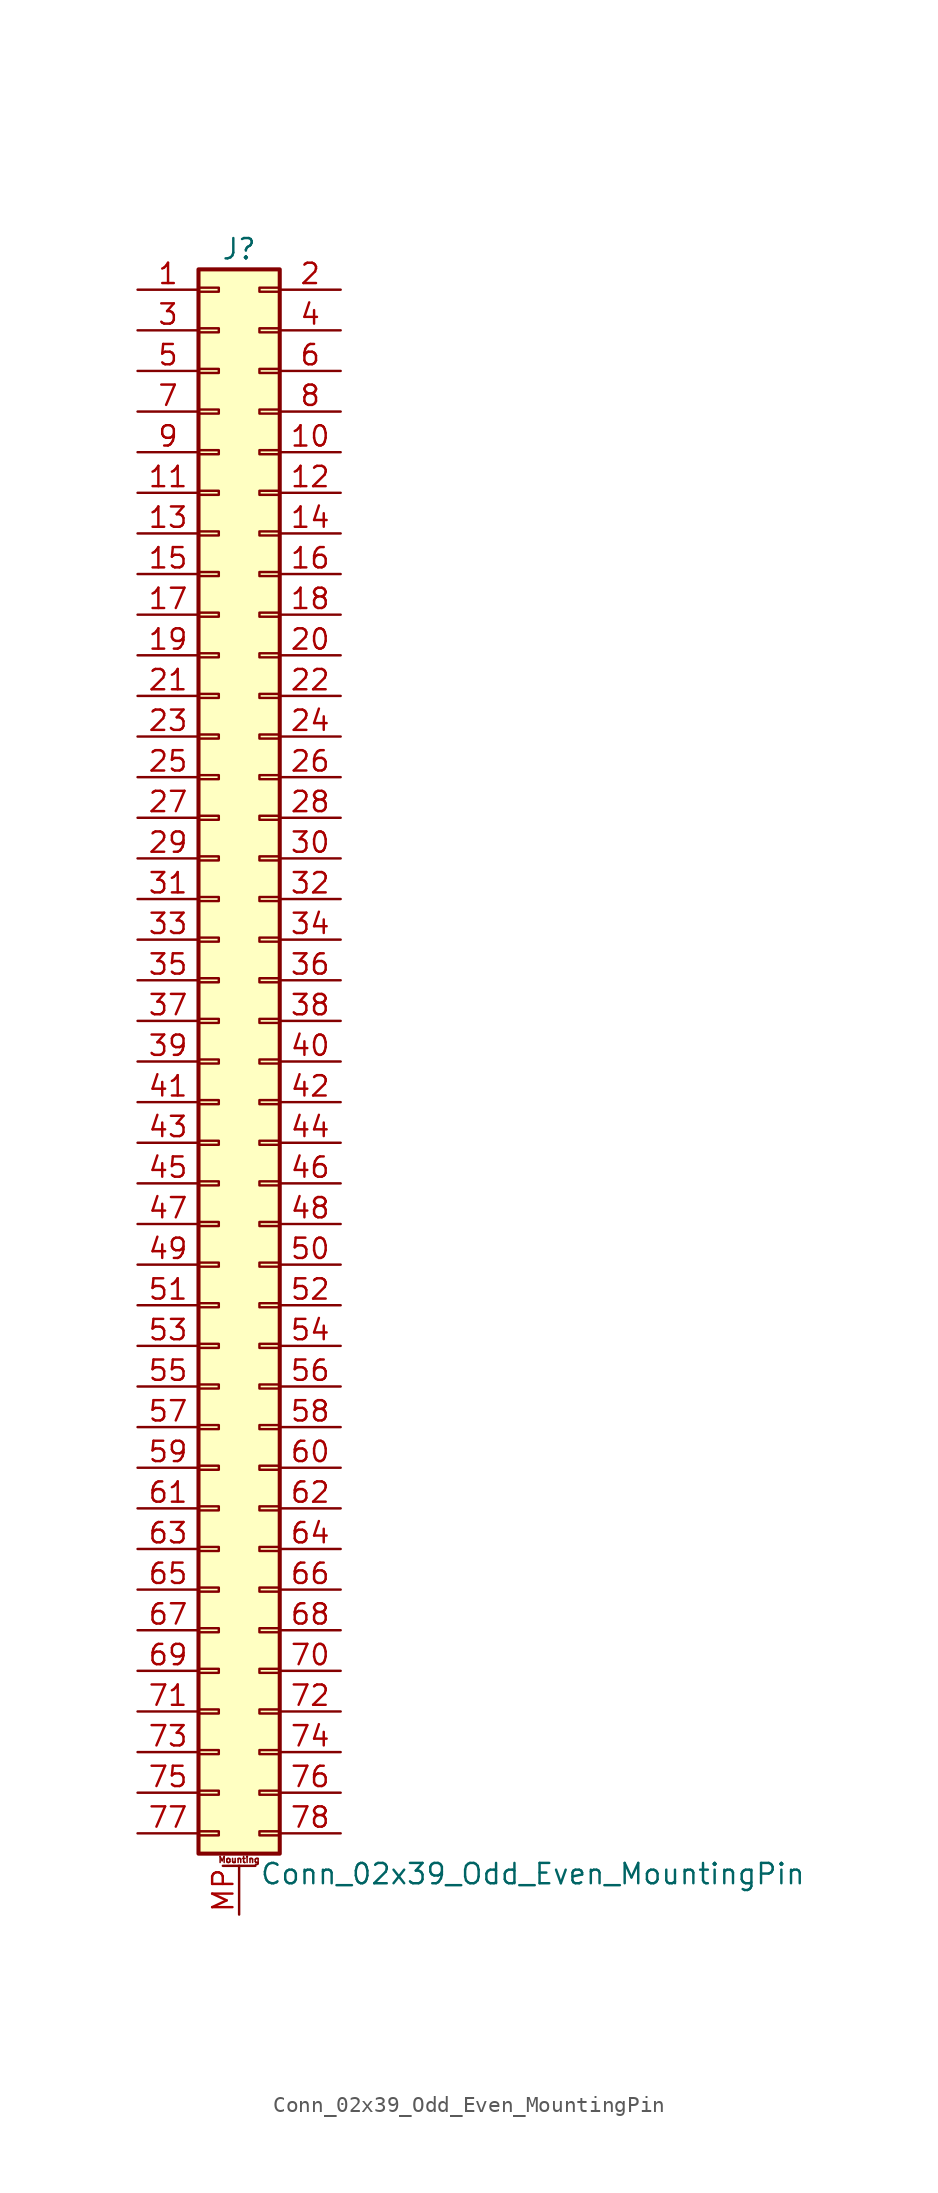
<source format=kicad_sym>
(kicad_symbol_lib
  (version 20201005)
  (generator kicad_symbol_editor)
  (symbol "Connector_Generic_MountingPin:Conn_02x39_Odd_Even_MountingPin"
    (pin_names
      (offset 1.016) hide)
    (property "Reference" "J"
      (at 1.27 50.8 0)
      (effects (font (size 1.27 1.27))))
    (property "Value" "Conn_02x39_Odd_Even_MountingPin"
      (at 2.54 -50.8 0)
      (effects (font (size 1.27 1.27)) (justify left)))
    (symbol "Conn_02x39_Odd_Even_MountingPin_1_1"
      (text "Mounting" (at 1.27 -49.911 0) (effects (font (size 0.381 0.381))))
      (rectangle (start -1.27 -27.813) (end 0 -28.067) (stroke (width 0.152)) (fill (type none)))
      (rectangle (start -1.27 -30.353) (end 0 -30.607) (stroke (width 0.152)) (fill (type none)))
      (rectangle (start -1.27 -32.893) (end 0 -33.147) (stroke (width 0.152)) (fill (type none)))
      (rectangle (start -1.27 -35.433) (end 0 -35.687) (stroke (width 0.152)) (fill (type none)))
      (rectangle (start -1.27 -37.973) (end 0 -38.227) (stroke (width 0.152)) (fill (type none)))
      (rectangle (start -1.27 -40.513) (end 0 -40.767) (stroke (width 0.152)) (fill (type none)))
      (rectangle (start -1.27 -43.053) (end 0 -43.307) (stroke (width 0.152)) (fill (type none)))
      (rectangle (start -1.27 -45.593) (end 0 -45.847) (stroke (width 0.152)) (fill (type none)))
      (rectangle (start -1.27 -48.133) (end 0 -48.387) (stroke (width 0.152)) (fill (type none)))
      (rectangle (start -1.27 -4.953) (end 0 -5.207) (stroke (width 0.152)) (fill (type none)))
      (rectangle (start -1.27 -7.493) (end 0 -7.747) (stroke (width 0.152)) (fill (type none)))
      (rectangle (start -1.27 -10.033) (end 0 -10.287) (stroke (width 0.152)) (fill (type none)))
      (rectangle (start -1.27 -12.573) (end 0 -12.827) (stroke (width 0.152)) (fill (type none)))
      (rectangle (start -1.27 -15.113) (end 0 -15.367) (stroke (width 0.152)) (fill (type none)))
      (rectangle (start -1.27 -17.653) (end 0 -17.907) (stroke (width 0.152)) (fill (type none)))
      (rectangle (start -1.27 -20.193) (end 0 -20.447) (stroke (width 0.152)) (fill (type none)))
      (rectangle (start -1.27 -22.733) (end 0 -22.987) (stroke (width 0.152)) (fill (type none)))
      (rectangle (start -1.27 -2.413) (end 0 -2.667) (stroke (width 0.152)) (fill (type none)))
      (rectangle (start -1.27 -25.273) (end 0 -25.527) (stroke (width 0.152)) (fill (type none)))
      (rectangle (start -1.27 25.527) (end 0 25.273) (stroke (width 0.152)) (fill (type none)))
      (rectangle (start -1.27 2.667) (end 0 2.413) (stroke (width 0.152)) (fill (type none)))
      (rectangle (start -1.27 28.067) (end 0 27.813) (stroke (width 0.152)) (fill (type none)))
      (rectangle (start -1.27 30.607) (end 0 30.353) (stroke (width 0.152)) (fill (type none)))
      (rectangle (start -1.27 33.147) (end 0 32.893) (stroke (width 0.152)) (fill (type none)))
      (rectangle (start -1.27 35.687) (end 0 35.433) (stroke (width 0.152)) (fill (type none)))
      (rectangle (start -1.27 38.227) (end 0 37.973) (stroke (width 0.152)) (fill (type none)))
      (rectangle (start -1.27 40.767) (end 0 40.513) (stroke (width 0.152)) (fill (type none)))
      (rectangle (start -1.27 43.307) (end 0 43.053) (stroke (width 0.152)) (fill (type none)))
      (rectangle (start -1.27 45.847) (end 0 45.593) (stroke (width 0.152)) (fill (type none)))
      (rectangle (start -1.27 48.387) (end 0 48.133) (stroke (width 0.152)) (fill (type none)))
      (rectangle (start -1.27 49.53) (end 3.81 -49.53) (stroke (width 0.254)) (fill (type background)))
      (rectangle (start -1.27 5.207) (end 0 4.953) (stroke (width 0.152)) (fill (type none)))
      (rectangle (start -1.27 7.747) (end 0 7.493) (stroke (width 0.152)) (fill (type none)))
      (rectangle (start -1.27 10.287) (end 0 10.033) (stroke (width 0.152)) (fill (type none)))
      (rectangle (start -1.27 0.127) (end 0 -0.127) (stroke (width 0.152)) (fill (type none)))
      (rectangle (start -1.27 12.827) (end 0 12.573) (stroke (width 0.152)) (fill (type none)))
      (rectangle (start -1.27 15.367) (end 0 15.113) (stroke (width 0.152)) (fill (type none)))
      (rectangle (start -1.27 17.907) (end 0 17.653) (stroke (width 0.152)) (fill (type none)))
      (rectangle (start -1.27 20.447) (end 0 20.193) (stroke (width 0.152)) (fill (type none)))
      (rectangle (start -1.27 22.987) (end 0 22.733) (stroke (width 0.152)) (fill (type none)))
      (rectangle (start 3.81 -27.813) (end 2.54 -28.067) (stroke (width 0.152)) (fill (type none)))
      (rectangle (start 3.81 -30.353) (end 2.54 -30.607) (stroke (width 0.152)) (fill (type none)))
      (rectangle (start 3.81 -32.893) (end 2.54 -33.147) (stroke (width 0.152)) (fill (type none)))
      (rectangle (start 3.81 -35.433) (end 2.54 -35.687) (stroke (width 0.152)) (fill (type none)))
      (rectangle (start 3.81 -37.973) (end 2.54 -38.227) (stroke (width 0.152)) (fill (type none)))
      (rectangle (start 3.81 -40.513) (end 2.54 -40.767) (stroke (width 0.152)) (fill (type none)))
      (rectangle (start 3.81 -43.053) (end 2.54 -43.307) (stroke (width 0.152)) (fill (type none)))
      (rectangle (start 3.81 -45.593) (end 2.54 -45.847) (stroke (width 0.152)) (fill (type none)))
      (rectangle (start 3.81 -48.133) (end 2.54 -48.387) (stroke (width 0.152)) (fill (type none)))
      (rectangle (start 3.81 -4.953) (end 2.54 -5.207) (stroke (width 0.152)) (fill (type none)))
      (rectangle (start 3.81 -7.493) (end 2.54 -7.747) (stroke (width 0.152)) (fill (type none)))
      (rectangle (start 3.81 -10.033) (end 2.54 -10.287) (stroke (width 0.152)) (fill (type none)))
      (rectangle (start 3.81 -12.573) (end 2.54 -12.827) (stroke (width 0.152)) (fill (type none)))
      (rectangle (start 3.81 -15.113) (end 2.54 -15.367) (stroke (width 0.152)) (fill (type none)))
      (rectangle (start 3.81 -17.653) (end 2.54 -17.907) (stroke (width 0.152)) (fill (type none)))
      (rectangle (start 3.81 -20.193) (end 2.54 -20.447) (stroke (width 0.152)) (fill (type none)))
      (rectangle (start 3.81 -22.733) (end 2.54 -22.987) (stroke (width 0.152)) (fill (type none)))
      (rectangle (start 3.81 -2.413) (end 2.54 -2.667) (stroke (width 0.152)) (fill (type none)))
      (rectangle (start 3.81 -25.273) (end 2.54 -25.527) (stroke (width 0.152)) (fill (type none)))
      (rectangle (start 3.81 25.527) (end 2.54 25.273) (stroke (width 0.152)) (fill (type none)))
      (rectangle (start 3.81 2.667) (end 2.54 2.413) (stroke (width 0.152)) (fill (type none)))
      (rectangle (start 3.81 28.067) (end 2.54 27.813) (stroke (width 0.152)) (fill (type none)))
      (rectangle (start 3.81 30.607) (end 2.54 30.353) (stroke (width 0.152)) (fill (type none)))
      (rectangle (start 3.81 33.147) (end 2.54 32.893) (stroke (width 0.152)) (fill (type none)))
      (rectangle (start 3.81 35.687) (end 2.54 35.433) (stroke (width 0.152)) (fill (type none)))
      (rectangle (start 3.81 38.227) (end 2.54 37.973) (stroke (width 0.152)) (fill (type none)))
      (rectangle (start 3.81 40.767) (end 2.54 40.513) (stroke (width 0.152)) (fill (type none)))
      (rectangle (start 3.81 43.307) (end 2.54 43.053) (stroke (width 0.152)) (fill (type none)))
      (rectangle (start 3.81 45.847) (end 2.54 45.593) (stroke (width 0.152)) (fill (type none)))
      (rectangle (start 3.81 48.387) (end 2.54 48.133) (stroke (width 0.152)) (fill (type none)))
      (rectangle (start 3.81 5.207) (end 2.54 4.953) (stroke (width 0.152)) (fill (type none)))
      (rectangle (start 3.81 7.747) (end 2.54 7.493) (stroke (width 0.152)) (fill (type none)))
      (rectangle (start 3.81 10.287) (end 2.54 10.033) (stroke (width 0.152)) (fill (type none)))
      (rectangle (start 3.81 0.127) (end 2.54 -0.127) (stroke (width 0.152)) (fill (type none)))
      (rectangle (start 3.81 12.827) (end 2.54 12.573) (stroke (width 0.152)) (fill (type none)))
      (rectangle (start 3.81 15.367) (end 2.54 15.113) (stroke (width 0.152)) (fill (type none)))
      (rectangle (start 3.81 17.907) (end 2.54 17.653) (stroke (width 0.152)) (fill (type none)))
      (rectangle (start 3.81 20.447) (end 2.54 20.193) (stroke (width 0.152)) (fill (type none)))
      (rectangle (start 3.81 22.987) (end 2.54 22.733) (stroke (width 0.152)) (fill (type none)))
      (polyline (pts (xy 0.254 -50.292) (xy 2.286 -50.292)) (stroke (width 0.152)) (fill (type none)))
      (pin passive line (at 1.27 -53.34 90) (length 3.048) (name "MountPin" (effects (font (size 1.27 1.27)))) (number "MP" (effects (font (size 1.27 1.27)))))
      (pin passive line (at -5.08 48.26 0) (length 3.81) (name "Pin_1" (effects (font (size 1.27 1.27)))) (number "1" (effects (font (size 1.27 1.27)))))
      (pin passive line (at 7.62 38.1 180) (length 3.81) (name "Pin_10" (effects (font (size 1.27 1.27)))) (number "10" (effects (font (size 1.27 1.27)))))
      (pin passive line (at -5.08 35.56 0) (length 3.81) (name "Pin_11" (effects (font (size 1.27 1.27)))) (number "11" (effects (font (size 1.27 1.27)))))
      (pin passive line (at 7.62 35.56 180) (length 3.81) (name "Pin_12" (effects (font (size 1.27 1.27)))) (number "12" (effects (font (size 1.27 1.27)))))
      (pin passive line (at -5.08 33.02 0) (length 3.81) (name "Pin_13" (effects (font (size 1.27 1.27)))) (number "13" (effects (font (size 1.27 1.27)))))
      (pin passive line (at 7.62 33.02 180) (length 3.81) (name "Pin_14" (effects (font (size 1.27 1.27)))) (number "14" (effects (font (size 1.27 1.27)))))
      (pin passive line (at -5.08 30.48 0) (length 3.81) (name "Pin_15" (effects (font (size 1.27 1.27)))) (number "15" (effects (font (size 1.27 1.27)))))
      (pin passive line (at 7.62 30.48 180) (length 3.81) (name "Pin_16" (effects (font (size 1.27 1.27)))) (number "16" (effects (font (size 1.27 1.27)))))
      (pin passive line (at -5.08 27.94 0) (length 3.81) (name "Pin_17" (effects (font (size 1.27 1.27)))) (number "17" (effects (font (size 1.27 1.27)))))
      (pin passive line (at 7.62 27.94 180) (length 3.81) (name "Pin_18" (effects (font (size 1.27 1.27)))) (number "18" (effects (font (size 1.27 1.27)))))
      (pin passive line (at -5.08 25.4 0) (length 3.81) (name "Pin_19" (effects (font (size 1.27 1.27)))) (number "19" (effects (font (size 1.27 1.27)))))
      (pin passive line (at 7.62 48.26 180) (length 3.81) (name "Pin_2" (effects (font (size 1.27 1.27)))) (number "2" (effects (font (size 1.27 1.27)))))
      (pin passive line (at 7.62 25.4 180) (length 3.81) (name "Pin_20" (effects (font (size 1.27 1.27)))) (number "20" (effects (font (size 1.27 1.27)))))
      (pin passive line (at -5.08 22.86 0) (length 3.81) (name "Pin_21" (effects (font (size 1.27 1.27)))) (number "21" (effects (font (size 1.27 1.27)))))
      (pin passive line (at 7.62 22.86 180) (length 3.81) (name "Pin_22" (effects (font (size 1.27 1.27)))) (number "22" (effects (font (size 1.27 1.27)))))
      (pin passive line (at -5.08 20.32 0) (length 3.81) (name "Pin_23" (effects (font (size 1.27 1.27)))) (number "23" (effects (font (size 1.27 1.27)))))
      (pin passive line (at 7.62 20.32 180) (length 3.81) (name "Pin_24" (effects (font (size 1.27 1.27)))) (number "24" (effects (font (size 1.27 1.27)))))
      (pin passive line (at -5.08 17.78 0) (length 3.81) (name "Pin_25" (effects (font (size 1.27 1.27)))) (number "25" (effects (font (size 1.27 1.27)))))
      (pin passive line (at 7.62 17.78 180) (length 3.81) (name "Pin_26" (effects (font (size 1.27 1.27)))) (number "26" (effects (font (size 1.27 1.27)))))
      (pin passive line (at -5.08 15.24 0) (length 3.81) (name "Pin_27" (effects (font (size 1.27 1.27)))) (number "27" (effects (font (size 1.27 1.27)))))
      (pin passive line (at 7.62 15.24 180) (length 3.81) (name "Pin_28" (effects (font (size 1.27 1.27)))) (number "28" (effects (font (size 1.27 1.27)))))
      (pin passive line (at -5.08 12.7 0) (length 3.81) (name "Pin_29" (effects (font (size 1.27 1.27)))) (number "29" (effects (font (size 1.27 1.27)))))
      (pin passive line (at -5.08 45.72 0) (length 3.81) (name "Pin_3" (effects (font (size 1.27 1.27)))) (number "3" (effects (font (size 1.27 1.27)))))
      (pin passive line (at 7.62 12.7 180) (length 3.81) (name "Pin_30" (effects (font (size 1.27 1.27)))) (number "30" (effects (font (size 1.27 1.27)))))
      (pin passive line (at -5.08 10.16 0) (length 3.81) (name "Pin_31" (effects (font (size 1.27 1.27)))) (number "31" (effects (font (size 1.27 1.27)))))
      (pin passive line (at 7.62 10.16 180) (length 3.81) (name "Pin_32" (effects (font (size 1.27 1.27)))) (number "32" (effects (font (size 1.27 1.27)))))
      (pin passive line (at -5.08 7.62 0) (length 3.81) (name "Pin_33" (effects (font (size 1.27 1.27)))) (number "33" (effects (font (size 1.27 1.27)))))
      (pin passive line (at 7.62 7.62 180) (length 3.81) (name "Pin_34" (effects (font (size 1.27 1.27)))) (number "34" (effects (font (size 1.27 1.27)))))
      (pin passive line (at -5.08 5.08 0) (length 3.81) (name "Pin_35" (effects (font (size 1.27 1.27)))) (number "35" (effects (font (size 1.27 1.27)))))
      (pin passive line (at 7.62 5.08 180) (length 3.81) (name "Pin_36" (effects (font (size 1.27 1.27)))) (number "36" (effects (font (size 1.27 1.27)))))
      (pin passive line (at -5.08 2.54 0) (length 3.81) (name "Pin_37" (effects (font (size 1.27 1.27)))) (number "37" (effects (font (size 1.27 1.27)))))
      (pin passive line (at 7.62 2.54 180) (length 3.81) (name "Pin_38" (effects (font (size 1.27 1.27)))) (number "38" (effects (font (size 1.27 1.27)))))
      (pin passive line (at -5.08 0 0) (length 3.81) (name "Pin_39" (effects (font (size 1.27 1.27)))) (number "39" (effects (font (size 1.27 1.27)))))
      (pin passive line (at 7.62 45.72 180) (length 3.81) (name "Pin_4" (effects (font (size 1.27 1.27)))) (number "4" (effects (font (size 1.27 1.27)))))
      (pin passive line (at 7.62 0 180) (length 3.81) (name "Pin_40" (effects (font (size 1.27 1.27)))) (number "40" (effects (font (size 1.27 1.27)))))
      (pin passive line (at -5.08 -2.54 0) (length 3.81) (name "Pin_41" (effects (font (size 1.27 1.27)))) (number "41" (effects (font (size 1.27 1.27)))))
      (pin passive line (at 7.62 -2.54 180) (length 3.81) (name "Pin_42" (effects (font (size 1.27 1.27)))) (number "42" (effects (font (size 1.27 1.27)))))
      (pin passive line (at -5.08 -5.08 0) (length 3.81) (name "Pin_43" (effects (font (size 1.27 1.27)))) (number "43" (effects (font (size 1.27 1.27)))))
      (pin passive line (at 7.62 -5.08 180) (length 3.81) (name "Pin_44" (effects (font (size 1.27 1.27)))) (number "44" (effects (font (size 1.27 1.27)))))
      (pin passive line (at -5.08 -7.62 0) (length 3.81) (name "Pin_45" (effects (font (size 1.27 1.27)))) (number "45" (effects (font (size 1.27 1.27)))))
      (pin passive line (at 7.62 -7.62 180) (length 3.81) (name "Pin_46" (effects (font (size 1.27 1.27)))) (number "46" (effects (font (size 1.27 1.27)))))
      (pin passive line (at -5.08 -10.16 0) (length 3.81) (name "Pin_47" (effects (font (size 1.27 1.27)))) (number "47" (effects (font (size 1.27 1.27)))))
      (pin passive line (at 7.62 -10.16 180) (length 3.81) (name "Pin_48" (effects (font (size 1.27 1.27)))) (number "48" (effects (font (size 1.27 1.27)))))
      (pin passive line (at -5.08 -12.7 0) (length 3.81) (name "Pin_49" (effects (font (size 1.27 1.27)))) (number "49" (effects (font (size 1.27 1.27)))))
      (pin passive line (at -5.08 43.18 0) (length 3.81) (name "Pin_5" (effects (font (size 1.27 1.27)))) (number "5" (effects (font (size 1.27 1.27)))))
      (pin passive line (at 7.62 -12.7 180) (length 3.81) (name "Pin_50" (effects (font (size 1.27 1.27)))) (number "50" (effects (font (size 1.27 1.27)))))
      (pin passive line (at -5.08 -15.24 0) (length 3.81) (name "Pin_51" (effects (font (size 1.27 1.27)))) (number "51" (effects (font (size 1.27 1.27)))))
      (pin passive line (at 7.62 -15.24 180) (length 3.81) (name "Pin_52" (effects (font (size 1.27 1.27)))) (number "52" (effects (font (size 1.27 1.27)))))
      (pin passive line (at -5.08 -17.78 0) (length 3.81) (name "Pin_53" (effects (font (size 1.27 1.27)))) (number "53" (effects (font (size 1.27 1.27)))))
      (pin passive line (at 7.62 -17.78 180) (length 3.81) (name "Pin_54" (effects (font (size 1.27 1.27)))) (number "54" (effects (font (size 1.27 1.27)))))
      (pin passive line (at -5.08 -20.32 0) (length 3.81) (name "Pin_55" (effects (font (size 1.27 1.27)))) (number "55" (effects (font (size 1.27 1.27)))))
      (pin passive line (at 7.62 -20.32 180) (length 3.81) (name "Pin_56" (effects (font (size 1.27 1.27)))) (number "56" (effects (font (size 1.27 1.27)))))
      (pin passive line (at -5.08 -22.86 0) (length 3.81) (name "Pin_57" (effects (font (size 1.27 1.27)))) (number "57" (effects (font (size 1.27 1.27)))))
      (pin passive line (at 7.62 -22.86 180) (length 3.81) (name "Pin_58" (effects (font (size 1.27 1.27)))) (number "58" (effects (font (size 1.27 1.27)))))
      (pin passive line (at -5.08 -25.4 0) (length 3.81) (name "Pin_59" (effects (font (size 1.27 1.27)))) (number "59" (effects (font (size 1.27 1.27)))))
      (pin passive line (at 7.62 43.18 180) (length 3.81) (name "Pin_6" (effects (font (size 1.27 1.27)))) (number "6" (effects (font (size 1.27 1.27)))))
      (pin passive line (at 7.62 -25.4 180) (length 3.81) (name "Pin_60" (effects (font (size 1.27 1.27)))) (number "60" (effects (font (size 1.27 1.27)))))
      (pin passive line (at -5.08 -27.94 0) (length 3.81) (name "Pin_61" (effects (font (size 1.27 1.27)))) (number "61" (effects (font (size 1.27 1.27)))))
      (pin passive line (at 7.62 -27.94 180) (length 3.81) (name "Pin_62" (effects (font (size 1.27 1.27)))) (number "62" (effects (font (size 1.27 1.27)))))
      (pin passive line (at -5.08 -30.48 0) (length 3.81) (name "Pin_63" (effects (font (size 1.27 1.27)))) (number "63" (effects (font (size 1.27 1.27)))))
      (pin passive line (at 7.62 -30.48 180) (length 3.81) (name "Pin_64" (effects (font (size 1.27 1.27)))) (number "64" (effects (font (size 1.27 1.27)))))
      (pin passive line (at -5.08 -33.02 0) (length 3.81) (name "Pin_65" (effects (font (size 1.27 1.27)))) (number "65" (effects (font (size 1.27 1.27)))))
      (pin passive line (at 7.62 -33.02 180) (length 3.81) (name "Pin_66" (effects (font (size 1.27 1.27)))) (number "66" (effects (font (size 1.27 1.27)))))
      (pin passive line (at -5.08 -35.56 0) (length 3.81) (name "Pin_67" (effects (font (size 1.27 1.27)))) (number "67" (effects (font (size 1.27 1.27)))))
      (pin passive line (at 7.62 -35.56 180) (length 3.81) (name "Pin_68" (effects (font (size 1.27 1.27)))) (number "68" (effects (font (size 1.27 1.27)))))
      (pin passive line (at -5.08 -38.1 0) (length 3.81) (name "Pin_69" (effects (font (size 1.27 1.27)))) (number "69" (effects (font (size 1.27 1.27)))))
      (pin passive line (at -5.08 40.64 0) (length 3.81) (name "Pin_7" (effects (font (size 1.27 1.27)))) (number "7" (effects (font (size 1.27 1.27)))))
      (pin passive line (at 7.62 -38.1 180) (length 3.81) (name "Pin_70" (effects (font (size 1.27 1.27)))) (number "70" (effects (font (size 1.27 1.27)))))
      (pin passive line (at -5.08 -40.64 0) (length 3.81) (name "Pin_71" (effects (font (size 1.27 1.27)))) (number "71" (effects (font (size 1.27 1.27)))))
      (pin passive line (at 7.62 -40.64 180) (length 3.81) (name "Pin_72" (effects (font (size 1.27 1.27)))) (number "72" (effects (font (size 1.27 1.27)))))
      (pin passive line (at -5.08 -43.18 0) (length 3.81) (name "Pin_73" (effects (font (size 1.27 1.27)))) (number "73" (effects (font (size 1.27 1.27)))))
      (pin passive line (at 7.62 -43.18 180) (length 3.81) (name "Pin_74" (effects (font (size 1.27 1.27)))) (number "74" (effects (font (size 1.27 1.27)))))
      (pin passive line (at -5.08 -45.72 0) (length 3.81) (name "Pin_75" (effects (font (size 1.27 1.27)))) (number "75" (effects (font (size 1.27 1.27)))))
      (pin passive line (at 7.62 -45.72 180) (length 3.81) (name "Pin_76" (effects (font (size 1.27 1.27)))) (number "76" (effects (font (size 1.27 1.27)))))
      (pin passive line (at -5.08 -48.26 0) (length 3.81) (name "Pin_77" (effects (font (size 1.27 1.27)))) (number "77" (effects (font (size 1.27 1.27)))))
      (pin passive line (at 7.62 -48.26 180) (length 3.81) (name "Pin_78" (effects (font (size 1.27 1.27)))) (number "78" (effects (font (size 1.27 1.27)))))
      (pin passive line (at 7.62 40.64 180) (length 3.81) (name "Pin_8" (effects (font (size 1.27 1.27)))) (number "8" (effects (font (size 1.27 1.27)))))
      (pin passive line (at -5.08 38.1 0) (length 3.81) (name "Pin_9" (effects (font (size 1.27 1.27)))) (number "9" (effects (font (size 1.27 1.27))))))))
</source>
